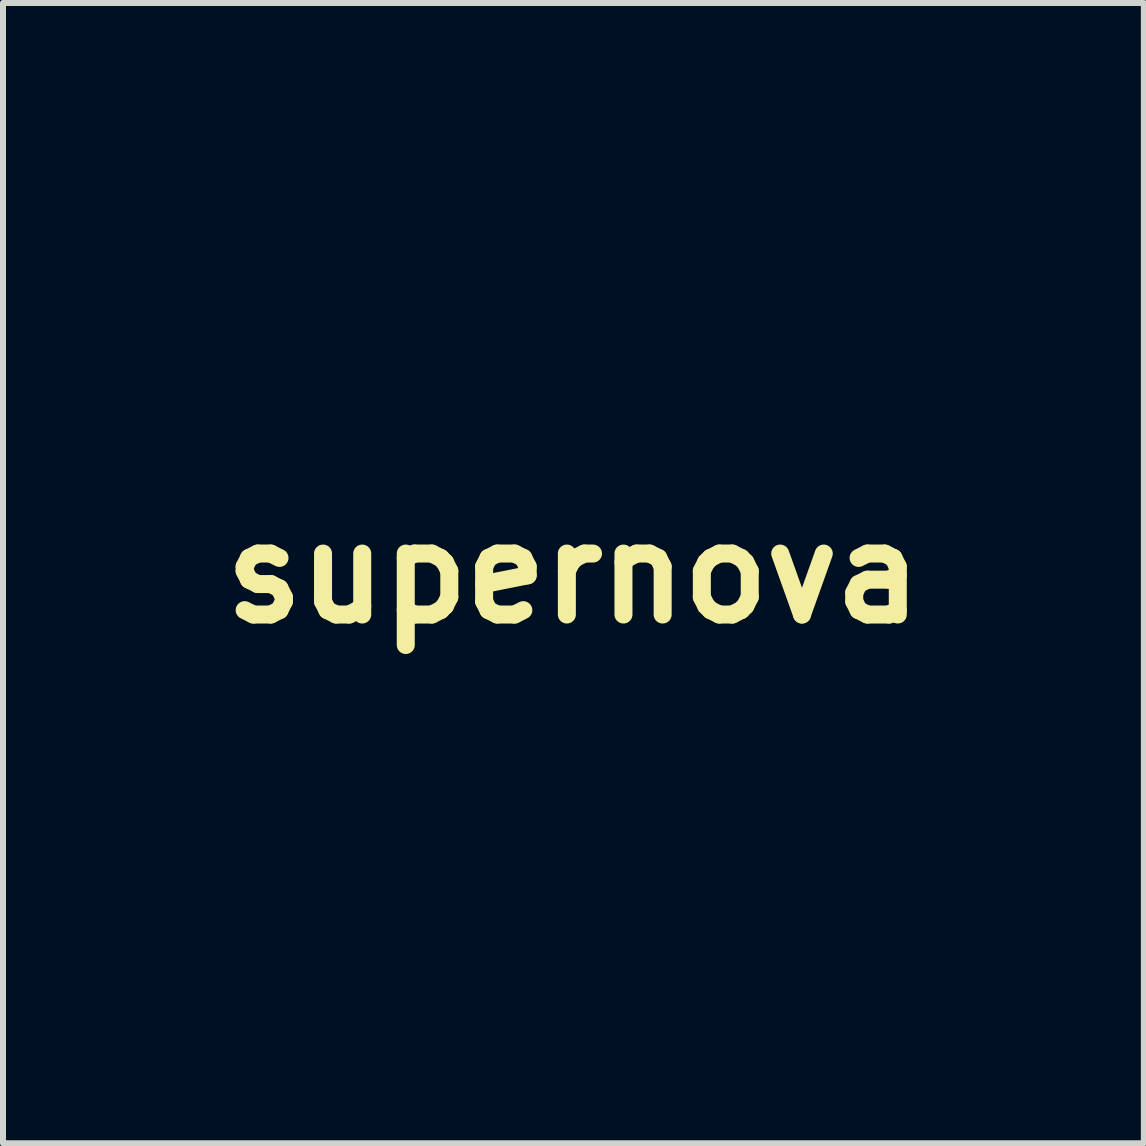
<source format=kicad_pcb>
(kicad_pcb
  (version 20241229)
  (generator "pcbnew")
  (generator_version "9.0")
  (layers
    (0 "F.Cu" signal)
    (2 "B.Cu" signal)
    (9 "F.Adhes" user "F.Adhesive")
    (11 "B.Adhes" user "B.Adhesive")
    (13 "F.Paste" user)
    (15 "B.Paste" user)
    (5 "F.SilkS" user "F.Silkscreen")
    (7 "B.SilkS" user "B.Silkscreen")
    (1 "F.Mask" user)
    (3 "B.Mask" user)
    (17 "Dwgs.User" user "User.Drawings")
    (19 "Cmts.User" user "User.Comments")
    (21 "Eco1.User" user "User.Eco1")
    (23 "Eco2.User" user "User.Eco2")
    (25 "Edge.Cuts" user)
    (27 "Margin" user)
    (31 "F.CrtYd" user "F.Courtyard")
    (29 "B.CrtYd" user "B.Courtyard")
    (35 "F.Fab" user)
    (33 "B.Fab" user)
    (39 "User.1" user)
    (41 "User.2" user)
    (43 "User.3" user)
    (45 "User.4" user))
  (footprint "supernova"
    (layer "F.Cu")
    (at 6.507 6.503)
    (property "Reference" "supernova" (at 0 0 0) (layer "F.SilkS") (effects (font (size 1.524 1.524) (thickness 0.3))))
    (attr through_hole)
    (fp_poly (pts (xy -2.99 4.06) (xy -2.917 4.117) (xy -2.875 4.196) (xy -2.87 4.237) (xy -2.888 4.308) (xy -2.938 4.403) (xy -3.014 4.51) (xy -3.094 4.604) (xy -3.178 4.662) (xy -3.27 4.673) (xy -3.359 4.639) (xy -3.392 4.611) (xy -3.444 4.528) (xy -3.447 4.432) (xy -3.402 4.323) (xy -3.388 4.302) (xy -3.292 4.173) (xy -3.206 4.088) (xy -3.127 4.045) (xy -3.08 4.039) (xy -2.99 4.06)) (stroke (width 0.01) (type solid)) (fill yes) (layer "F.Mask"))
    (fp_poly (pts (xy 3.158 4.057) (xy 3.239 4.116) (xy 3.329 4.218) (xy 3.388 4.302) (xy 3.443 4.414) (xy 3.448 4.512) (xy 3.405 4.597) (xy 3.392 4.611) (xy 3.307 4.665) (xy 3.215 4.672) (xy 3.126 4.633) (xy 3.094 4.604) (xy 3.002 4.494) (xy 2.93 4.389) (xy 2.884 4.297) (xy 2.87 4.237) (xy 2.893 4.152) (xy 2.953 4.083) (xy 3.037 4.043) (xy 3.08 4.039) (xy 3.158 4.057)) (stroke (width 0.01) (type solid)) (fill yes) (layer "F.Mask"))
    (fp_poly (pts (xy -4.152 2.893) (xy -4.083 2.954) (xy -4.043 3.038) (xy -4.039 3.08) (xy -4.057 3.158) (xy -4.116 3.239) (xy -4.218 3.329) (xy -4.302 3.388) (xy -4.414 3.443) (xy -4.512 3.448) (xy -4.597 3.405) (xy -4.611 3.392) (xy -4.663 3.307) (xy -4.669 3.211) (xy -4.647 3.147) (xy -4.603 3.093) (xy -4.53 3.03) (xy -4.442 2.967) (xy -4.352 2.913) (xy -4.276 2.878) (xy -4.238 2.87) (xy -4.152 2.893)) (stroke (width 0.01) (type solid)) (fill yes) (layer "F.Mask"))
    (fp_poly (pts (xy 4.297 2.886) (xy 4.379 2.928) (xy 4.469 2.985) (xy 4.554 3.05) (xy 4.62 3.111) (xy 4.647 3.147) (xy 4.672 3.244) (xy 4.651 3.338) (xy 4.611 3.392) (xy 4.528 3.444) (xy 4.432 3.447) (xy 4.323 3.402) (xy 4.302 3.388) (xy 4.173 3.292) (xy 4.088 3.206) (xy 4.045 3.127) (xy 4.039 3.08) (xy 4.061 2.99) (xy 4.118 2.917) (xy 4.198 2.875) (xy 4.238 2.87) (xy 4.297 2.886)) (stroke (width 0.01) (type solid)) (fill yes) (layer "F.Mask"))
    (fp_poly (pts (xy -3.195 -4.665) (xy -3.134 -4.635) (xy -3.07 -4.575) (xy -2.993 -4.479) (xy -2.983 -4.466) (xy -2.909 -4.351) (xy -2.874 -4.259) (xy -2.879 -4.182) (xy -2.922 -4.112) (xy -2.933 -4.101) (xy -3.017 -4.046) (xy -3.109 -4.04) (xy -3.2 -4.082) (xy -3.244 -4.121) (xy -3.34 -4.235) (xy -3.41 -4.343) (xy -3.449 -4.436) (xy -3.454 -4.475) (xy -3.433 -4.554) (xy -3.378 -4.623) (xy -3.305 -4.667) (xy -3.263 -4.674) (xy -3.195 -4.665)) (stroke (width 0.01) (type solid)) (fill yes) (layer "F.Mask"))
    (fp_poly (pts (xy 1.697 4.794) (xy 1.772 4.852) (xy 1.831 4.955) (xy 1.854 5.015) (xy 1.893 5.15) (xy 1.909 5.249) (xy 1.901 5.323) (xy 1.867 5.379) (xy 1.844 5.402) (xy 1.754 5.451) (xy 1.658 5.455) (xy 1.583 5.423) (xy 1.545 5.377) (xy 1.504 5.296) (xy 1.466 5.196) (xy 1.435 5.091) (xy 1.418 4.999) (xy 1.417 4.975) (xy 1.436 4.898) (xy 1.489 4.828) (xy 1.559 4.783) (xy 1.603 4.775) (xy 1.697 4.794)) (stroke (width 0.01) (type solid)) (fill yes) (layer "F.Mask"))
    (fp_poly (pts (xy 3.34 -4.651) (xy 3.406 -4.594) (xy 3.448 -4.518) (xy 3.454 -4.475) (xy 3.435 -4.394) (xy 3.381 -4.293) (xy 3.297 -4.181) (xy 3.244 -4.121) (xy 3.154 -4.055) (xy 3.062 -4.037) (xy 2.973 -4.068) (xy 2.933 -4.101) (xy 2.884 -4.169) (xy 2.872 -4.245) (xy 2.9 -4.334) (xy 2.968 -4.445) (xy 2.983 -4.466) (xy 3.063 -4.567) (xy 3.128 -4.63) (xy 3.189 -4.663) (xy 3.256 -4.674) (xy 3.263 -4.674) (xy 3.34 -4.651)) (stroke (width 0.01) (type solid)) (fill yes) (layer "F.Mask"))
    (fp_poly (pts (xy 4.562 -3.432) (xy 4.628 -3.374) (xy 4.665 -3.293) (xy 4.667 -3.202) (xy 4.647 -3.147) (xy 4.608 -3.1) (xy 4.542 -3.041) (xy 4.46 -2.98) (xy 4.377 -2.925) (xy 4.305 -2.886) (xy 4.258 -2.872) (xy 4.189 -2.883) (xy 4.148 -2.896) (xy 4.077 -2.948) (xy 4.043 -3.024) (xy 4.045 -3.113) (xy 4.085 -3.201) (xy 4.121 -3.244) (xy 4.235 -3.34) (xy 4.343 -3.41) (xy 4.436 -3.449) (xy 4.475 -3.454) (xy 4.562 -3.432)) (stroke (width 0.01) (type solid)) (fill yes) (layer "F.Mask"))
    (fp_poly (pts (xy 5.038 1.424) (xy 5.156 1.453) (xy 5.221 1.474) (xy 5.348 1.531) (xy 5.429 1.601) (xy 5.464 1.681) (xy 5.45 1.769) (xy 5.411 1.835) (xy 5.359 1.884) (xy 5.297 1.907) (xy 5.212 1.905) (xy 5.096 1.878) (xy 5.044 1.862) (xy 4.94 1.826) (xy 4.874 1.794) (xy 4.833 1.758) (xy 4.813 1.727) (xy 4.78 1.634) (xy 4.788 1.555) (xy 4.834 1.483) (xy 4.887 1.439) (xy 4.951 1.419) (xy 5.038 1.424)) (stroke (width 0.01) (type solid)) (fill yes) (layer "F.Mask"))
    (fp_poly (pts (xy -4.394 -3.435) (xy -4.293 -3.381) (xy -4.181 -3.297) (xy -4.121 -3.244) (xy -4.058 -3.157) (xy -4.038 -3.066) (xy -4.059 -2.983) (xy -4.118 -2.918) (xy -4.212 -2.881) (xy -4.217 -2.88) (xy -4.269 -2.876) (xy -4.319 -2.889) (xy -4.379 -2.922) (xy -4.463 -2.981) (xy -4.564 -3.061) (xy -4.628 -3.126) (xy -4.662 -3.186) (xy -4.673 -3.252) (xy -4.674 -3.263) (xy -4.651 -3.34) (xy -4.594 -3.406) (xy -4.518 -3.448) (xy -4.475 -3.454) (xy -4.394 -3.435)) (stroke (width 0.01) (type solid)) (fill yes) (layer "F.Mask"))
    (fp_poly (pts (xy -5.198 -1.904) (xy -5.081 -1.875) (xy -5.015 -1.854) (xy -4.915 -1.815) (xy -4.853 -1.777) (xy -4.815 -1.731) (xy -4.813 -1.726) (xy -4.779 -1.633) (xy -4.788 -1.554) (xy -4.825 -1.492) (xy -4.878 -1.443) (xy -4.942 -1.42) (xy -5.029 -1.423) (xy -5.147 -1.451) (xy -5.186 -1.463) (xy -5.285 -1.5) (xy -5.366 -1.54) (xy -5.415 -1.575) (xy -5.417 -1.577) (xy -5.456 -1.662) (xy -5.45 -1.755) (xy -5.402 -1.844) (xy -5.35 -1.889) (xy -5.285 -1.908) (xy -5.198 -1.904)) (stroke (width 0.01) (type solid)) (fill yes) (layer "F.Mask"))
    (fp_poly (pts (xy -1.583 -5.424) (xy -1.583 -5.423) (xy -1.545 -5.377) (xy -1.504 -5.296) (xy -1.466 -5.196) (xy -1.435 -5.091) (xy -1.418 -4.999) (xy -1.417 -4.975) (xy -1.436 -4.89) (xy -1.492 -4.825) (xy -1.571 -4.786) (xy -1.659 -4.78) (xy -1.744 -4.813) (xy -1.745 -4.813) (xy -1.782 -4.859) (xy -1.823 -4.94) (xy -1.862 -5.041) (xy -1.892 -5.145) (xy -1.909 -5.238) (xy -1.911 -5.261) (xy -1.891 -5.346) (xy -1.835 -5.411) (xy -1.757 -5.45) (xy -1.669 -5.457) (xy -1.583 -5.424)) (stroke (width 0.01) (type solid)) (fill yes) (layer "F.Mask"))
    (fp_poly (pts (xy -5.258 -0.2) (xy -5.171 -0.188) (xy -5.114 -0.163) (xy -5.076 -0.121) (xy -5.055 -0.077) (xy -5.041 0.011) (xy -5.062 0.099) (xy -5.113 0.166) (xy -5.133 0.179) (xy -5.183 0.191) (xy -5.267 0.199) (xy -5.369 0.202) (xy -5.474 0.2) (xy -5.566 0.194) (xy -5.629 0.183) (xy -5.642 0.178) (xy -5.698 0.118) (xy -5.727 0.033) (xy -5.722 -0.056) (xy -5.715 -0.077) (xy -5.684 -0.134) (xy -5.642 -0.171) (xy -5.578 -0.192) (xy -5.481 -0.202) (xy -5.385 -0.203) (xy -5.258 -0.2)) (stroke (width 0.01) (type solid)) (fill yes) (layer "F.Mask"))
    (fp_poly (pts (xy 5.512 -0.2) (xy 5.598 -0.188) (xy 5.655 -0.163) (xy 5.693 -0.121) (xy 5.715 -0.077) (xy 5.729 0.011) (xy 5.708 0.099) (xy 5.657 0.166) (xy 5.637 0.179) (xy 5.587 0.191) (xy 5.503 0.199) (xy 5.401 0.202) (xy 5.296 0.2) (xy 5.204 0.194) (xy 5.141 0.183) (xy 5.128 0.178) (xy 5.072 0.118) (xy 5.043 0.033) (xy 5.048 -0.056) (xy 5.055 -0.077) (xy 5.086 -0.134) (xy 5.128 -0.171) (xy 5.192 -0.192) (xy 5.289 -0.202) (xy 5.385 -0.203) (xy 5.512 -0.2)) (stroke (width 0.01) (type solid)) (fill yes) (layer "F.Mask"))
    (fp_poly (pts (xy 0.099 -5.708) (xy 0.166 -5.657) (xy 0.179 -5.637) (xy 0.19 -5.59) (xy 0.198 -5.508) (xy 0.202 -5.408) (xy 0.203 -5.304) (xy 0.199 -5.214) (xy 0.19 -5.152) (xy 0.187 -5.145) (xy 0.152 -5.103) (xy 0.091 -5.062) (xy 0.025 -5.035) (xy -0.005 -5.03) (xy -0.053 -5.042) (xy -0.089 -5.059) (xy -0.143 -5.095) (xy -0.177 -5.142) (xy -0.195 -5.211) (xy -0.203 -5.313) (xy -0.203 -5.379) (xy -0.2 -5.507) (xy -0.189 -5.595) (xy -0.165 -5.653) (xy -0.124 -5.691) (xy -0.077 -5.715) (xy 0.011 -5.729) (xy 0.099 -5.708)) (stroke (width 0.01) (type solid)) (fill yes) (layer "F.Mask"))
    (fp_poly (pts (xy 0.099 5.062) (xy 0.166 5.113) (xy 0.179 5.133) (xy 0.19 5.18) (xy 0.198 5.261) (xy 0.202 5.362) (xy 0.203 5.465) (xy 0.199 5.556) (xy 0.19 5.617) (xy 0.187 5.625) (xy 0.152 5.666) (xy 0.091 5.707) (xy 0.025 5.735) (xy -0.005 5.74) (xy -0.053 5.727) (xy -0.089 5.711) (xy -0.143 5.674) (xy -0.177 5.627) (xy -0.195 5.558) (xy -0.203 5.456) (xy -0.203 5.391) (xy -0.2 5.263) (xy -0.189 5.175) (xy -0.165 5.117) (xy -0.124 5.079) (xy -0.077 5.055) (xy 0.011 5.041) (xy 0.099 5.062)) (stroke (width 0.01) (type solid)) (fill yes) (layer "F.Mask"))
    (fp_poly (pts (xy 0.069 -1.729) (xy 0.141 -1.667) (xy 0.187 -1.577) (xy 0.194 -1.548) (xy 0.214 -1.477) (xy 0.243 -1.448) (xy 0.246 -1.448) (xy 0.287 -1.44) (xy 0.361 -1.42) (xy 0.454 -1.39) (xy 0.474 -1.384) (xy 0.665 -1.32) (xy 0.741 -1.384) (xy 0.836 -1.437) (xy 0.933 -1.441) (xy 1.025 -1.395) (xy 1.078 -1.324) (xy 1.091 -1.231) (xy 1.062 -1.131) (xy 1.056 -1.118) (xy 1.038 -1.077) (xy 1.042 -1.042) (xy 1.074 -0.996) (xy 1.105 -0.961) (xy 1.172 -0.88) (xy 1.234 -0.79) (xy 1.249 -0.765) (xy 1.288 -0.703) (xy 1.322 -0.676) (xy 1.37 -0.672) (xy 1.414 -0.678) (xy 1.489 -0.682) (xy 1.541 -0.665) (xy 1.585 -0.627) (xy 1.637 -0.544) (xy 1.648 -0.453) (xy 1.622 -0.366) (xy 1.562 -0.297) (xy 1.506 -0.269) (xy 1.484 -0.256) (xy 1.471 -0.229) (xy 1.464 -0.176) (xy 1.46 -0.089) (xy 1.46 -0.001) (xy 1.461 0.114) (xy 1.464 0.188) (xy 1.472 0.232) (xy 1.487 0.254) (xy 1.511 0.264) (xy 1.518 0.266) (xy 1.602 0.309) (xy 1.657 0.381) (xy 1.679 0.467) (xy 1.667 0.554) (xy 1.615 0.629) (xy 1.607 0.636) (xy 1.549 0.671) (xy 1.485 0.681) (xy 1.422 0.676) (xy 1.352 0.669) (xy 1.31 0.679) (xy 1.277 0.717) (xy 1.249 0.764) (xy 1.193 0.85) (xy 1.125 0.938) (xy 1.104 0.963) (xy 1.054 1.022) (xy 1.035 1.059) (xy 1.042 1.09) (xy 1.054 1.107) (xy 1.079 1.166) (xy 1.091 1.242) (xy 1.091 1.247) (xy 1.071 1.34) (xy 1.017 1.407) (xy 0.94 1.443) (xy 0.852 1.445) (xy 0.764 1.407) (xy 0.735 1.383) (xy 0.668 1.319) (xy 0.476 1.383) (xy 0.38 1.414) (xy 0.301 1.436) (xy 0.252 1.447) (xy 0.246 1.448) (xy 0.216 1.472) (xy 0.195 1.539) (xy 0.194 1.548) (xy 0.158 1.643) (xy 0.092 1.714) (xy 0.008 1.75) (xy -0.018 1.753) (xy -0.077 1.735) (xy -0.142 1.69) (xy -0.154 1.678) (xy -0.215 1.593) (xy -0.229 1.529) (xy -0.233 1.482) (xy -0.257 1.454) (xy -0.311 1.434) (xy -0.349 1.424) (xy -0.45 1.394) (xy -0.553 1.356) (xy -0.577 1.346) (xy -0.685 1.299) (xy -0.76 1.373) (xy -0.847 1.433) (xy -0.94 1.449) (xy -1.025 1.42) (xy -1.062 1.389) (xy -1.106 1.309) (xy -1.116 1.211) (xy -1.09 1.118) (xy -1.078 1.097) (xy -1.056 1.059) (xy -1.058 1.027) (xy -1.088 0.983) (xy -1.115 0.952) (xy -1.179 0.869) (xy -1.24 0.779) (xy -1.25 0.762) (xy -1.288 0.7) (xy -1.322 0.673) (xy -1.373 0.67) (xy -1.422 0.676) (xy -1.505 0.68) (xy -1.565 0.663) (xy -1.607 0.636) (xy -1.663 0.563) (xy -1.68 0.477) (xy -1.661 0.39) (xy -1.609 0.316) (xy -1.529 0.269) (xy -1.518 0.266) (xy -1.492 0.257) (xy -1.475 0.238) (xy -1.465 0.2) (xy -1.461 0.133) (xy -1.46 0.053) (xy -1.037 0.053) (xy -1.006 0.262) (xy -0.934 0.455) (xy -0.826 0.628) (xy -0.687 0.776) (xy -0.523 0.895) (xy -0.337 0.981) (xy -0.135 1.029) (xy 0.079 1.034) (xy 0.264 1.003) (xy 0.471 0.925) (xy 0.649 0.811) (xy 0.795 0.667) (xy 0.908 0.499) (xy 0.987 0.314) (xy 1.029 0.117) (xy 1.033 -0.085) (xy 0.997 -0.286) (xy 0.92 -0.479) (xy 0.8 -0.659) (xy 0.733 -0.733) (xy 0.56 -0.873) (xy 0.372 -0.969) (xy 0.175 -1.023) (xy -0.025 -1.036) (xy -0.223 -1.011) (xy -0.413 -0.949) (xy -0.588 -0.852) (xy -0.742 -0.723) (xy -0.871 -0.562) (xy -0.967 -0.373) (xy -1.023 -0.167) (xy -1.037 0.053) (xy -1.46 0.053) (xy -1.46 0.028) (xy -1.46 -0.000001) (xy -1.461 -0.115) (xy -1.464 -0.189) (xy -1.472 -0.232) (xy -1.487 -0.254) (xy -1.512 -0.264) (xy -1.518 -0.266) (xy -1.604 -0.31) (xy -1.659 -0.383) (xy -1.677 -0.471) (xy -1.656 -0.562) (xy -1.611 -0.626) (xy -1.564 -0.667) (xy -1.515 -0.682) (xy -1.443 -0.678) (xy -1.427 -0.676) (xy -1.354 -0.669) (xy -1.311 -0.679) (xy -1.278 -0.715) (xy -1.25 -0.762) (xy -1.194 -0.849) (xy -1.128 -0.937) (xy -1.114 -0.953) (xy -1.068 -1.009) (xy -1.051 -1.045) (xy -1.061 -1.079) (xy -1.077 -1.104) (xy -1.117 -1.2) (xy -1.116 -1.289) (xy -1.081 -1.364) (xy -1.021 -1.419) (xy -0.944 -1.445) (xy -0.859 -1.436) (xy -0.773 -1.386) (xy -0.76 -1.373) (xy -0.685 -1.299) (xy -0.577 -1.346) (xy -0.482 -1.383) (xy -0.376 -1.416) (xy -0.349 -1.424) (xy -0.277 -1.445) (xy -0.241 -1.468) (xy -0.229 -1.505) (xy -0.229 -1.529) (xy -0.208 -1.604) (xy -0.156 -1.676) (xy -0.087 -1.731) (xy -0.018 -1.753) (xy 0.069 -1.729)) (stroke (width 0.01) (type solid)) (fill yes) (layer "F.Mask"))
    (fp_poly (pts (xy 5.043 -6.486) (xy 5.326 -6.432) (xy 5.585 -6.339) (xy 5.818 -6.209) (xy 6.022 -6.045) (xy 6.193 -5.847) (xy 6.33 -5.619) (xy 6.429 -5.363) (xy 6.487 -5.081) (xy 6.502 -4.829) (xy 6.481 -4.514) (xy 6.418 -4.175) (xy 6.313 -3.812) (xy 6.165 -3.424) (xy 5.975 -3.011) (xy 5.742 -2.573) (xy 5.467 -2.109) (xy 5.148 -1.619) (xy 4.82 -1.15) (xy 4.713 -0.998) (xy 4.632 -0.876) (xy 4.579 -0.787) (xy 4.556 -0.735) (xy 4.556 -0.723) (xy 4.564 -0.684) (xy 4.574 -0.605) (xy 4.585 -0.497) (xy 4.596 -0.371) (xy 4.598 -0.348) (xy 4.61 0.119) (xy 4.573 0.587) (xy 4.488 1.05) (xy 4.358 1.502) (xy 4.183 1.94) (xy 3.965 2.357) (xy 3.705 2.749) (xy 3.665 2.802) (xy 3.55 2.941) (xy 3.408 3.098) (xy 3.251 3.261) (xy 3.091 3.415) (xy 2.942 3.55) (xy 2.883 3.599) (xy 2.505 3.871) (xy 2.1 4.104) (xy 1.673 4.295) (xy 1.229 4.443) (xy 0.774 4.545) (xy 0.313 4.602) (xy -0.15 4.61) (xy -0.341 4.599) (xy -0.469 4.588) (xy -0.582 4.577) (xy -0.668 4.567) (xy -0.717 4.56) (xy -0.719 4.559) (xy -0.755 4.562) (xy -0.811 4.587) (xy -0.892 4.638) (xy -1.004 4.716) (xy -1.054 4.753) (xy -1.229 4.879) (xy -1.433 5.02) (xy -1.654 5.169) (xy -1.881 5.319) (xy -2.102 5.461) (xy -2.307 5.588) (xy -2.482 5.693) (xy -2.489 5.697) (xy -2.898 5.919) (xy -3.294 6.106) (xy -3.673 6.258) (xy -4.033 6.374) (xy -4.372 6.453) (xy -4.687 6.495) (xy -4.975 6.498) (xy -5.22 6.465) (xy -5.499 6.38) (xy -5.749 6.255) (xy -5.968 6.093) (xy -6.152 5.897) (xy -6.301 5.67) (xy -6.41 5.416) (xy -6.478 5.137) (xy -6.495 4.928) (xy -6.065 4.928) (xy -6.054 5.076) (xy -6.048 5.117) (xy -5.98 5.351) (xy -5.869 5.559) (xy -5.72 5.738) (xy -5.536 5.883) (xy -5.322 5.99) (xy -5.225 6.022) (xy -5.069 6.052) (xy -4.883 6.067) (xy -4.685 6.064) (xy -4.492 6.046) (xy -4.42 6.033) (xy -4.114 5.959) (xy -3.794 5.854) (xy -3.456 5.715) (xy -3.094 5.541) (xy -2.705 5.33) (xy -2.667 5.307) (xy -2.179 5.01) (xy -1.672 4.672) (xy -1.15 4.295) (xy -0.992 4.172) (xy -0.278 4.172) (xy -0.255 4.182) (xy -0.191 4.188) (xy -0.093 4.19) (xy 0.028 4.189) (xy 0.163 4.183) (xy 0.304 4.174) (xy 0.41 4.164) (xy 0.868 4.093) (xy 1.309 3.974) (xy 1.73 3.81) (xy 2.129 3.603) (xy 2.503 3.353) (xy 2.85 3.063) (xy 3.166 2.734) (xy 3.45 2.368) (xy 3.586 2.159) (xy 3.726 1.906) (xy 3.857 1.62) (xy 3.97 1.321) (xy 4.06 1.027) (xy 4.099 0.86) (xy 4.121 0.735) (xy 4.142 0.591) (xy 4.159 0.437) (xy 4.174 0.28) (xy 4.184 0.128) (xy 4.191 -0.011) (xy 4.193 -0.128) (xy 4.19 -0.217) (xy 4.181 -0.268) (xy 4.172 -0.278) (xy 4.15 -0.259) (xy 4.102 -0.206) (xy 4.033 -0.127) (xy 3.948 -0.026) (xy 3.856 0.084) (xy 3.548 0.449) (xy 3.21 0.831) (xy 2.849 1.224) (xy 2.47 1.622) (xy 2.08 2.02) (xy 1.684 2.412) (xy 1.289 2.791) (xy 0.9 3.153) (xy 0.523 3.489) (xy 0.165 3.796) (xy -0.132 4.039) (xy -0.203 4.097) (xy -0.255 4.144) (xy -0.278 4.171) (xy -0.278 4.172) (xy -0.992 4.172) (xy -0.619 3.883) (xy -0.08 3.442) (xy 0.46 2.973) (xy 1 2.482) (xy 1.533 1.971) (xy 2.057 1.444) (xy 2.568 0.906) (xy 3.061 0.36) (xy 3.532 -0.191) (xy 3.978 -0.742) (xy 4.395 -1.289) (xy 4.445 -1.359) (xy 4.797 -1.858) (xy 5.105 -2.329) (xy 5.371 -2.774) (xy 5.593 -3.192) (xy 5.773 -3.583) (xy 5.91 -3.947) (xy 6.004 -4.285) (xy 6.055 -4.596) (xy 6.063 -4.699) (xy 6.06 -4.973) (xy 6.022 -5.215) (xy 5.947 -5.427) (xy 5.834 -5.614) (xy 5.772 -5.69) (xy 5.599 -5.847) (xy 5.396 -5.962) (xy 5.167 -6.036) (xy 4.909 -6.068) (xy 4.625 -6.059) (xy 4.314 -6.008) (xy 3.977 -5.916) (xy 3.615 -5.783) (xy 3.228 -5.608) (xy 2.816 -5.393) (xy 2.379 -5.136) (xy 2.199 -5.023) (xy 2.028 -4.912) (xy 1.867 -4.804) (xy 1.719 -4.703) (xy 1.591 -4.612) (xy 1.486 -4.534) (xy 1.411 -4.474) (xy 1.369 -4.434) (xy 1.363 -4.421) (xy 1.396 -4.404) (xy 1.463 -4.377) (xy 1.554 -4.343) (xy 1.587 -4.331) (xy 1.761 -4.263) (xy 1.96 -4.171) (xy 2.169 -4.064) (xy 2.375 -3.95) (xy 2.562 -3.835) (xy 2.666 -3.765) (xy 2.812 -3.654) (xy 2.975 -3.516) (xy 3.145 -3.362) (xy 3.31 -3.204) (xy 3.458 -3.051) (xy 3.578 -2.915) (xy 3.593 -2.896) (xy 3.71 -2.741) (xy 3.824 -2.578) (xy 3.931 -2.412) (xy 4.027 -2.251) (xy 4.108 -2.102) (xy 4.169 -1.973) (xy 4.206 -1.871) (xy 4.216 -1.811) (xy 4.193 -1.719) (xy 4.133 -1.652) (xy 4.049 -1.618) (xy 3.952 -1.624) (xy 3.941 -1.628) (xy 3.899 -1.651) (xy 3.857 -1.695) (xy 3.808 -1.769) (xy 3.746 -1.881) (xy 3.743 -1.887) (xy 3.501 -2.295) (xy 3.228 -2.664) (xy 2.922 -2.997) (xy 2.581 -3.295) (xy 2.319 -3.485) (xy 1.938 -3.712) (xy 1.535 -3.895) (xy 1.114 -4.034) (xy 0.68 -4.129) (xy 0.239 -4.177) (xy -0.205 -4.18) (xy -0.646 -4.136) (xy -1.081 -4.044) (xy -1.277 -3.985) (xy -1.709 -3.82) (xy -2.11 -3.614) (xy -2.484 -3.366) (xy -2.834 -3.075) (xy -2.957 -2.957) (xy -3.263 -2.615) (xy -3.528 -2.248) (xy -3.749 -1.858) (xy -3.927 -1.448) (xy -4.059 -1.024) (xy -4.145 -0.587) (xy -4.184 -0.142) (xy -4.175 0.307) (xy -4.116 0.758) (xy -4.104 0.82) (xy -3.987 1.271) (xy -3.826 1.699) (xy -3.622 2.102) (xy -3.375 2.478) (xy -3.087 2.827) (xy -2.759 3.145) (xy -2.393 3.432) (xy -1.99 3.686) (xy -1.887 3.743) (xy -1.773 3.806) (xy -1.698 3.855) (xy -1.652 3.897) (xy -1.629 3.939) (xy -1.628 3.941) (xy -1.617 4.038) (xy -1.646 4.124) (xy -1.709 4.187) (xy -1.798 4.215) (xy -1.81 4.216) (xy -1.884 4.201) (xy -1.991 4.16) (xy -2.123 4.096) (xy -2.274 4.013) (xy -2.435 3.916) (xy -2.6 3.809) (xy -2.761 3.696) (xy -2.896 3.593) (xy -3.028 3.479) (xy -3.178 3.335) (xy -3.336 3.173) (xy -3.491 3.003) (xy -3.632 2.838) (xy -3.749 2.689) (xy -3.765 2.666) (xy -3.888 2.478) (xy -4.016 2.259) (xy -4.139 2.024) (xy -4.248 1.792) (xy -4.335 1.579) (xy -4.343 1.556) (xy -4.426 1.322) (xy -4.617 1.595) (xy -4.955 2.095) (xy -5.25 2.569) (xy -5.501 3.018) (xy -5.708 3.441) (xy -5.871 3.838) (xy -5.991 4.21) (xy -5.999 4.241) (xy -6.03 4.393) (xy -6.052 4.569) (xy -6.064 4.754) (xy -6.065 4.928) (xy -6.495 4.928) (xy -6.502 4.838) (xy -6.502 4.829) (xy -6.481 4.514) (xy -6.418 4.175) (xy -6.313 3.812) (xy -6.165 3.424) (xy -5.975 3.011) (xy -5.742 2.573) (xy -5.467 2.109) (xy -5.148 1.619) (xy -4.82 1.15) (xy -4.713 0.998) (xy -4.632 0.876) (xy -4.579 0.787) (xy -4.556 0.735) (xy -4.556 0.723) (xy -4.564 0.684) (xy -4.574 0.605) (xy -4.585 0.497) (xy -4.596 0.371) (xy -4.598 0.348) (xy -4.61 -0.119) (xy -4.573 -0.587) (xy -4.488 -1.05) (xy -4.358 -1.502) (xy -4.183 -1.94) (xy -3.965 -2.357) (xy -3.705 -2.749) (xy -3.665 -2.802) (xy -3.55 -2.941) (xy -3.408 -3.098) (xy -3.251 -3.261) (xy -3.091 -3.415) (xy -2.942 -3.55) (xy -2.883 -3.599) (xy -2.505 -3.871) (xy -2.1 -4.104) (xy -1.673 -4.295) (xy -1.229 -4.443) (xy -0.774 -4.545) (xy -0.313 -4.602) (xy 0.15 -4.61) (xy 0.341 -4.599) (xy 0.469 -4.588) (xy 0.582 -4.577) (xy 0.668 -4.567) (xy 0.717 -4.56) (xy 0.719 -4.559) (xy 0.755 -4.562) (xy 0.811 -4.587) (xy 0.892 -4.638) (xy 1.004 -4.716) (xy 1.054 -4.753) (xy 1.504 -5.074) (xy 1.946 -5.366) (xy 2.378 -5.629) (xy 2.796 -5.86) (xy 3.197 -6.058) (xy 3.578 -6.221) (xy 3.936 -6.348) (xy 4.267 -6.437) (xy 4.417 -6.466) (xy 4.739 -6.498) (xy 5.043 -6.486)) (stroke (width 0.01) (type solid)) (fill yes) (layer "F.Mask")))
  (gr_rect
    (start -3 -3)
    (end 16.015 16.005)
    (stroke (width 0.1) (type default))
    (fill no)
    (layer "Edge.Cuts")))
</source>
